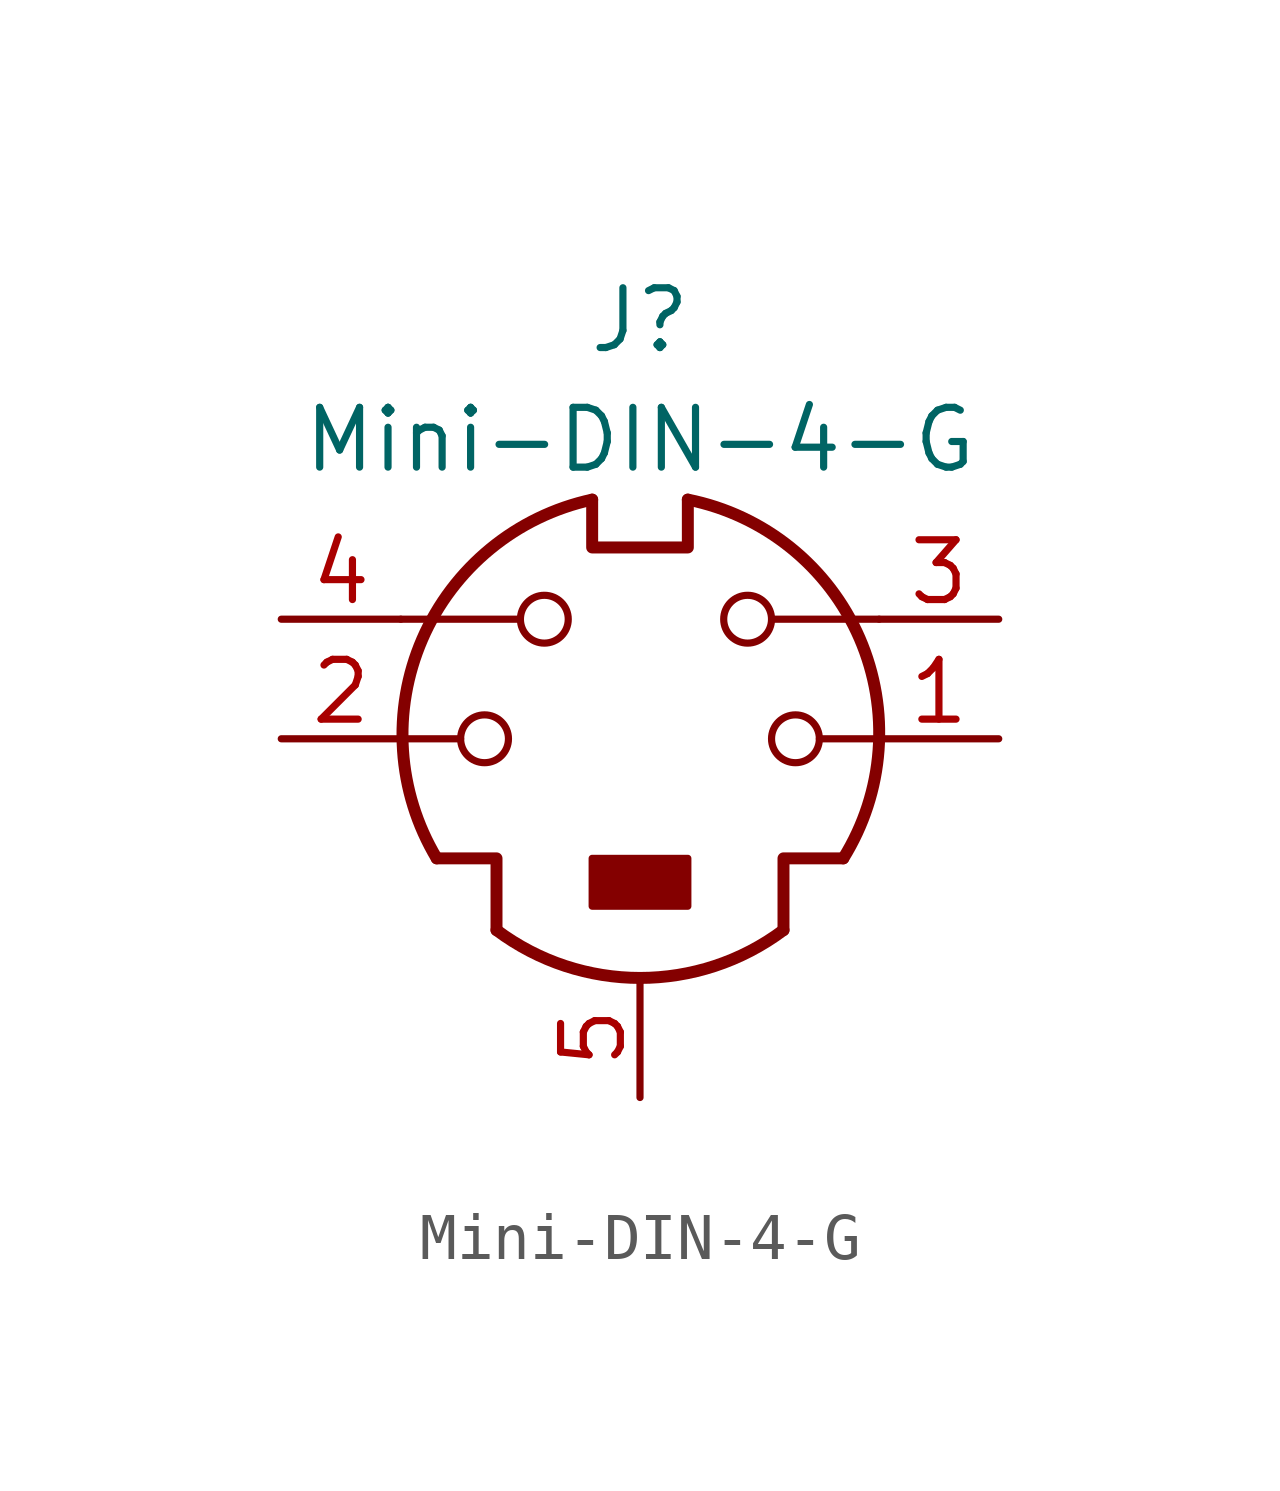
<source format=kicad_sym>
(kicad_symbol_lib
  (version 20211014)
  (generator kicad_symbol_editor)
  (symbol "Mini-DIN-4-G"
    (pin_names
      (offset 1.016))
    (property "Reference" "J"
      (at 0 8.89 0)
      (effects (font (size 1.27 1.27))))
    (property "Value" "Mini-DIN-4-G"
      (at 0 6.35 0)
      (effects (font (size 1.27 1.27))))
    (symbol "Mini-DIN-4-G_0_1"
      (circle (center -3.302 0) (radius 0.508) (stroke (width 0) (type default) (color 0 0 0 0)) (fill (type none)))
      (arc (start -3.048 -4.064) (mid 0 -5.08) (end 3.048 -4.064) (stroke (width 0.254) (type default) (color 0 0 0 0)) (fill (type none)))
      (circle (center -2.032 2.54) (radius 0.508) (stroke (width 0) (type default) (color 0 0 0 0)) (fill (type none)))
      (rectangle (start -1.016 -2.54) (end 1.016 -3.556) (stroke (width 0) (type default) (color 0 0 0 0)) (fill (type outline)))
      (arc (start -1.016 5.08) (mid -4.6228 2.1214) (end -4.318 -2.54) (stroke (width 0.254) (type default) (color 0 0 0 0)) (fill (type none)))
      (polyline (pts (xy -3.81 0) (xy -5.08 0)) (stroke (width 0) (type default) (color 0 0 0 0)) (fill (type none)))
      (polyline (pts (xy -2.54 2.54) (xy -5.08 2.54)) (stroke (width 0) (type default) (color 0 0 0 0)) (fill (type none)))
      (polyline (pts (xy 2.794 2.54) (xy 5.08 2.54)) (stroke (width 0) (type default) (color 0 0 0 0)) (fill (type none)))
      (polyline (pts (xy 5.08 0) (xy 3.81 0)) (stroke (width 0) (type default) (color 0 0 0 0)) (fill (type none)))
      (polyline (pts (xy -4.318 -2.54) (xy -3.048 -2.54) (xy -3.048 -4.064)) (stroke (width 0.254) (type default) (color 0 0 0 0)) (fill (type none)))
      (polyline (pts (xy 4.318 -2.54) (xy 3.048 -2.54) (xy 3.048 -4.064)) (stroke (width 0.254) (type default) (color 0 0 0 0)) (fill (type none)))
      (polyline (pts (xy -1.016 5.08) (xy -1.016 4.064) (xy 1.016 4.064) (xy 1.016 5.08)) (stroke (width 0.254) (type default) (color 0 0 0 0)) (fill (type none)))
      (circle (center 2.286 2.54) (radius 0.508) (stroke (width 0) (type default) (color 0 0 0 0)) (fill (type none)))
      (circle (center 3.302 0) (radius 0.508) (stroke (width 0) (type default) (color 0 0 0 0)) (fill (type none)))
      (arc (start 4.318 -2.54) (mid 4.6661 2.1322) (end 1.016 5.08) (stroke (width 0.254) (type default) (color 0 0 0 0)) (fill (type none))))
    (symbol "Mini-DIN-4-G_1_1"
      (pin passive line (at 7.62 0 180) (length 2.54) (name "~" (effects (font (size 1.27 1.27)))) (number "1" (effects (font (size 1.27 1.27)))))
      (pin passive line (at -7.62 0 0) (length 2.54) (name "~" (effects (font (size 1.27 1.27)))) (number "2" (effects (font (size 1.27 1.27)))))
      (pin passive line (at 7.62 2.54 180) (length 2.54) (name "~" (effects (font (size 1.27 1.27)))) (number "3" (effects (font (size 1.27 1.27)))))
      (pin passive line (at -7.62 2.54 0) (length 2.54) (name "~" (effects (font (size 1.27 1.27)))) (number "4" (effects (font (size 1.27 1.27)))))
      (pin passive line (at 0 -7.62 90) (length 2.54) (name "~" (effects (font (size 1.27 1.27)))) (number "5" (effects (font (size 1.27 1.27))))))))
</source>
